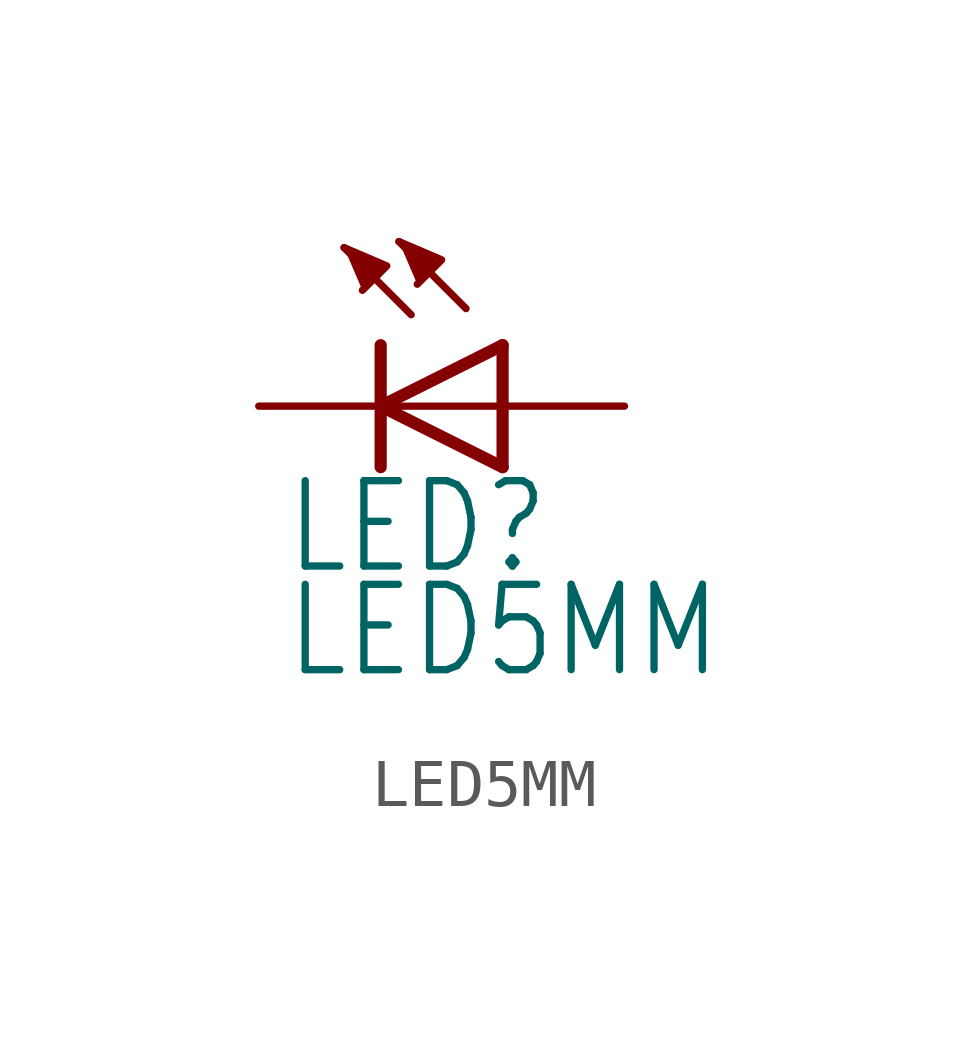
<source format=kicad_sym>
(kicad_symbol_lib
  (version 20211014)
  (generator kicad_symbol_editor)
  (symbol "LED5MM"
    (property "Reference" "LED"
      (at -2.032 -3.556 0)
      (effects (font (size 1.778 1.511)) (justify left bottom)))
    (property "Value" "LED5MM"
      (at -2.032 -5.715 0)
      (effects (font (size 1.778 1.511)) (justify left bottom)))
    (property "ki_locked" ""
      (at 0 0 0)
      (effects (font (size 1.27 1.27))))
    (symbol "LED5MM_1_0"
      (polyline (pts (xy 0 -1.27) (xy 0 0)) (stroke (width 0.254) (type default) (color 0 0 0 0)) (fill (type none)))
      (polyline (pts (xy 0 0) (xy 0 1.27)) (stroke (width 0.254) (type default) (color 0 0 0 0)) (fill (type none)))
      (polyline (pts (xy 0 0) (xy 2.54 1.27)) (stroke (width 0.254) (type default) (color 0 0 0 0)) (fill (type none)))
      (polyline (pts (xy 0.635 1.905) (xy -0.762 3.302)) (stroke (width 0.152) (type default) (color 0 0 0 0)) (fill (type none)))
      (polyline (pts (xy 1.778 2.032) (xy 0.381 3.429)) (stroke (width 0.152) (type default) (color 0 0 0 0)) (fill (type none)))
      (polyline (pts (xy 2.54 -1.27) (xy 0 0)) (stroke (width 0.254) (type default) (color 0 0 0 0)) (fill (type none)))
      (polyline (pts (xy 2.54 -1.27) (xy 2.54 0)) (stroke (width 0.254) (type default) (color 0 0 0 0)) (fill (type none)))
      (polyline (pts (xy 2.54 0) (xy 0 0)) (stroke (width 0.152) (type default) (color 0 0 0 0)) (fill (type none)))
      (polyline (pts (xy 2.54 0) (xy 2.54 1.27)) (stroke (width 0.254) (type default) (color 0 0 0 0)) (fill (type none)))
      (polyline (pts (xy -0.762 3.302) (xy 0.127 2.921) (xy -0.381 2.413)) (stroke (width 0) (type default) (color 0 0 0 0)) (fill (type outline)))
      (polyline (pts (xy 0.381 3.429) (xy 1.27 3.048) (xy 0.762 2.54)) (stroke (width 0) (type default) (color 0 0 0 0)) (fill (type outline)))
      (pin passive line (at 5.08 0 180) (length 2.54) (name "A" (effects (font (size 0 0)))) (number "A" (effects (font (size 0 0)))))
      (pin passive line (at -2.54 0 0) (length 2.54) (name "C" (effects (font (size 0 0)))) (number "K" (effects (font (size 0 0))))))))
</source>
